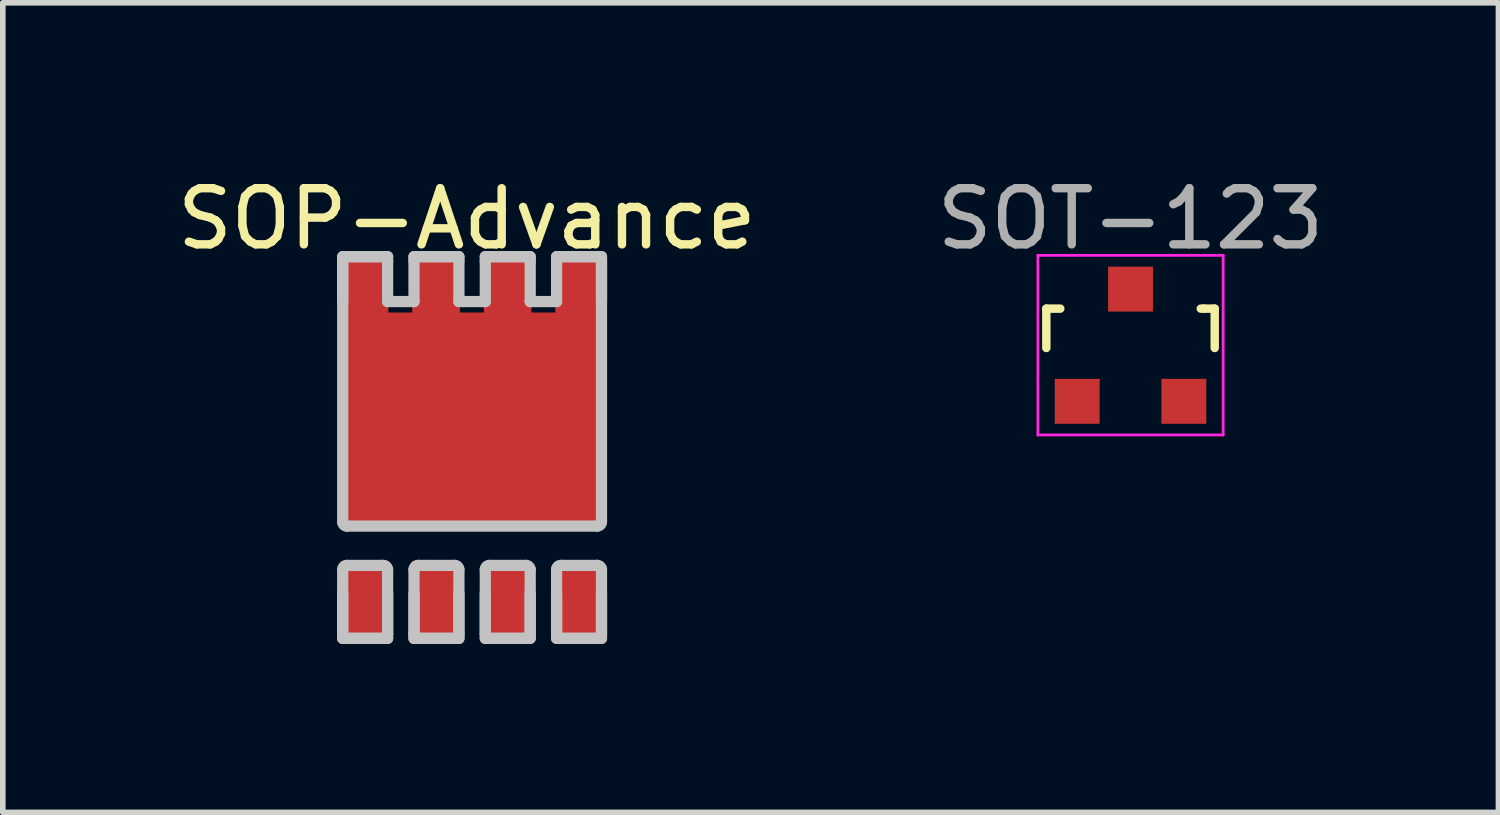
<source format=kicad_pcb>
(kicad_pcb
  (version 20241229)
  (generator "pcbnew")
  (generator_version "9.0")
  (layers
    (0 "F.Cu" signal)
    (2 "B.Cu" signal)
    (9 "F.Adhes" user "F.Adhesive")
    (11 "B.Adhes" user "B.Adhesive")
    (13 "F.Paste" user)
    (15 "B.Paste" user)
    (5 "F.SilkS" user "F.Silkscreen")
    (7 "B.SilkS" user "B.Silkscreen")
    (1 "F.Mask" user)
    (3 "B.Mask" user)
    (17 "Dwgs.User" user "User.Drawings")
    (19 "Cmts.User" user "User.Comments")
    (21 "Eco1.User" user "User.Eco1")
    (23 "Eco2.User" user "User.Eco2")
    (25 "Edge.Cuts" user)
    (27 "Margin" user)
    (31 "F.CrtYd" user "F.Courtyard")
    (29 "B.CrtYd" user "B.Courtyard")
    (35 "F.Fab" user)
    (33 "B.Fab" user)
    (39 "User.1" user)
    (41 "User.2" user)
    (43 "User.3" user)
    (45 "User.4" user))
  (footprint "SOT-123"
    (layer "F.Cu")
    (at 17.089 3.098)
    (property "Reference" "SOT-123" (at 0 -2.25 0) (layer "F.Fab") (effects (font (size 1 1) (thickness 0.15))))
    (attr smd)
    (fp_line (start -1.5 -0.65) (end -1.251 -0.65) (stroke (width 0.15) (type solid)) (layer "F.SilkS"))
    (fp_line (start -1.5 0.051) (end -1.5 -0.65) (stroke (width 0.15) (type solid)) (layer "F.SilkS"))
    (fp_line (start 1.299 -0.65) (end 1.251 -0.65) (stroke (width 0.15) (type solid)) (layer "F.SilkS"))
    (fp_line (start 1.299 -0.65) (end 1.5 -0.65) (stroke (width 0.15) (type solid)) (layer "F.SilkS"))
    (fp_line (start 1.5 -0.65) (end 1.5 0.051) (stroke (width 0.15) (type solid)) (layer "F.SilkS"))
    (fp_line (start -1.65 -1.6) (end 1.65 -1.6) (stroke (width 0.05) (type solid)) (layer "F.CrtYd"))
    (fp_line (start -1.65 1.6) (end -1.65 -1.6) (stroke (width 0.05) (type solid)) (layer "F.CrtYd"))
    (fp_line (start 1.65 -1.6) (end 1.65 1.6) (stroke (width 0.05) (type solid)) (layer "F.CrtYd"))
    (fp_line (start 1.65 1.6) (end -1.65 1.6) (stroke (width 0.05) (type solid)) (layer "F.CrtYd"))
    (pad "1" smd rect (at 0.95 1.001) (size 0.8 0.8) (layers "F.Cu" "F.Mask" "F.Paste"))
    (pad "2" smd rect (at -0.95 1.001) (size 0.8 0.8) (layers "F.Cu" "F.Mask" "F.Paste"))
    (pad "3" smd rect (at 0 -0.998) (size 0.8 0.8) (layers "F.Cu" "F.Mask" "F.Paste")))
  (footprint "SOP-Advance"
    (layer "F.Cu")
    (at 5.268 4.448)
    (property "Reference" "SOP-Advance" (at 0 -3.6 0) (layer "F.SilkS") (effects (font (size 1 1) (thickness 0.15))))
    (attr through_hole)
    (fp_line (start -2.213 -2.926) (end -1.413 -2.926) (stroke (width 0.2) (type solid)) (layer "Dwgs.User"))
    (fp_line (start -2.213 -2.126) (end -2.213 -2.926) (stroke (width 0.2) (type solid)) (layer "Dwgs.User"))
    (fp_line (start -2.213 1.799) (end -2.213 -2.851) (stroke (width 0.2) (type solid)) (layer "Dwgs.User"))
    (fp_line (start -2.213 3.799) (end -2.213 2.649) (stroke (width 0.2) (type solid)) (layer "Dwgs.User"))
    (fp_line (start -2.213 3.874) (end -2.213 3.074) (stroke (width 0.2) (type solid)) (layer "Dwgs.User"))
    (fp_line (start -2.138 -2.926) (end -1.488 -2.926) (stroke (width 0.2) (type solid)) (layer "Dwgs.User"))
    (fp_line (start -2.138 2.574) (end -1.488 2.574) (stroke (width 0.2) (type solid)) (layer "Dwgs.User"))
    (fp_line (start -1.488 3.874) (end -2.138 3.874) (stroke (width 0.2) (type solid)) (layer "Dwgs.User"))
    (fp_line (start -1.413 -2.926) (end -1.413 -2.126) (stroke (width 0.2) (type solid)) (layer "Dwgs.User"))
    (fp_line (start -1.413 -2.126) (end -0.943 -2.126) (stroke (width 0.2) (type solid)) (layer "Dwgs.User"))
    (fp_line (start -1.413 2.649) (end -1.413 3.799) (stroke (width 0.2) (type solid)) (layer "Dwgs.User"))
    (fp_line (start -1.413 3.074) (end -1.413 3.874) (stroke (width 0.2) (type solid)) (layer "Dwgs.User"))
    (fp_line (start -1.413 3.874) (end -2.213 3.874) (stroke (width 0.2) (type solid)) (layer "Dwgs.User"))
    (fp_line (start -0.943 -2.926) (end -0.143 -2.926) (stroke (width 0.2) (type solid)) (layer "Dwgs.User"))
    (fp_line (start -0.943 -2.126) (end -0.943 -2.926) (stroke (width 0.2) (type solid)) (layer "Dwgs.User"))
    (fp_line (start -0.943 3.799) (end -0.943 2.649) (stroke (width 0.2) (type solid)) (layer "Dwgs.User"))
    (fp_line (start -0.943 3.874) (end -0.943 3.074) (stroke (width 0.2) (type solid)) (layer "Dwgs.User"))
    (fp_line (start -0.868 -2.926) (end -0.218 -2.926) (stroke (width 0.2) (type solid)) (layer "Dwgs.User"))
    (fp_line (start -0.868 2.574) (end -0.218 2.574) (stroke (width 0.2) (type solid)) (layer "Dwgs.User"))
    (fp_line (start -0.218 3.874) (end -0.868 3.874) (stroke (width 0.2) (type solid)) (layer "Dwgs.User"))
    (fp_line (start -0.143 -2.926) (end -0.143 -2.126) (stroke (width 0.2) (type solid)) (layer "Dwgs.User"))
    (fp_line (start -0.143 -2.126) (end 0.327 -2.126) (stroke (width 0.2) (type solid)) (layer "Dwgs.User"))
    (fp_line (start -0.143 2.649) (end -0.143 3.799) (stroke (width 0.2) (type solid)) (layer "Dwgs.User"))
    (fp_line (start -0.143 3.074) (end -0.143 3.874) (stroke (width 0.2) (type solid)) (layer "Dwgs.User"))
    (fp_line (start -0.143 3.874) (end -0.943 3.874) (stroke (width 0.2) (type solid)) (layer "Dwgs.User"))
    (fp_line (start 0.327 -2.926) (end 1.127 -2.926) (stroke (width 0.2) (type solid)) (layer "Dwgs.User"))
    (fp_line (start 0.327 -2.126) (end 0.327 -2.926) (stroke (width 0.2) (type solid)) (layer "Dwgs.User"))
    (fp_line (start 0.327 3.799) (end 0.327 2.649) (stroke (width 0.2) (type solid)) (layer "Dwgs.User"))
    (fp_line (start 0.327 3.874) (end 0.327 3.074) (stroke (width 0.2) (type solid)) (layer "Dwgs.User"))
    (fp_line (start 0.402 -2.926) (end 1.052 -2.926) (stroke (width 0.2) (type solid)) (layer "Dwgs.User"))
    (fp_line (start 0.402 2.574) (end 1.052 2.574) (stroke (width 0.2) (type solid)) (layer "Dwgs.User"))
    (fp_line (start 1.052 3.874) (end 0.402 3.874) (stroke (width 0.2) (type solid)) (layer "Dwgs.User"))
    (fp_line (start 1.127 -2.926) (end 1.127 -2.126) (stroke (width 0.2) (type solid)) (layer "Dwgs.User"))
    (fp_line (start 1.127 -2.126) (end 1.597 -2.126) (stroke (width 0.2) (type solid)) (layer "Dwgs.User"))
    (fp_line (start 1.127 2.649) (end 1.127 3.799) (stroke (width 0.2) (type solid)) (layer "Dwgs.User"))
    (fp_line (start 1.127 3.074) (end 1.127 3.874) (stroke (width 0.2) (type solid)) (layer "Dwgs.User"))
    (fp_line (start 1.127 3.874) (end 0.327 3.874) (stroke (width 0.2) (type solid)) (layer "Dwgs.User"))
    (fp_line (start 1.597 -2.926) (end 2.397 -2.926) (stroke (width 0.2) (type solid)) (layer "Dwgs.User"))
    (fp_line (start 1.597 -2.126) (end 1.597 -2.926) (stroke (width 0.2) (type solid)) (layer "Dwgs.User"))
    (fp_line (start 1.597 3.799) (end 1.597 2.649) (stroke (width 0.2) (type solid)) (layer "Dwgs.User"))
    (fp_line (start 1.597 3.874) (end 1.597 3.074) (stroke (width 0.2) (type solid)) (layer "Dwgs.User"))
    (fp_line (start 1.672 -2.926) (end 2.322 -2.926) (stroke (width 0.2) (type solid)) (layer "Dwgs.User"))
    (fp_line (start 1.672 2.574) (end 2.322 2.574) (stroke (width 0.2) (type solid)) (layer "Dwgs.User"))
    (fp_line (start 2.322 1.874) (end -2.138 1.874) (stroke (width 0.2) (type solid)) (layer "Dwgs.User"))
    (fp_line (start 2.322 3.874) (end 1.672 3.874) (stroke (width 0.2) (type solid)) (layer "Dwgs.User"))
    (fp_line (start 2.397 -2.926) (end 2.397 -2.126) (stroke (width 0.2) (type solid)) (layer "Dwgs.User"))
    (fp_line (start 2.397 -2.851) (end 2.397 1.799) (stroke (width 0.2) (type solid)) (layer "Dwgs.User"))
    (fp_line (start 2.397 2.649) (end 2.397 3.799) (stroke (width 0.2) (type solid)) (layer "Dwgs.User"))
    (fp_line (start 2.397 3.074) (end 2.397 3.874) (stroke (width 0.2) (type solid)) (layer "Dwgs.User"))
    (fp_line (start 2.397 3.874) (end 1.597 3.874) (stroke (width 0.2) (type solid)) (layer "Dwgs.User"))
    (fp_arc (start -2.213411 2.64912) (mid -2.191444 2.596086) (end -2.13841 2.574119) (stroke (width 0.2) (type solid)) (layer "Dwgs.User"))
    (fp_arc (start -2.21341 -2.85088) (mid -2.191443 -2.903913) (end -2.13841 -2.92588) (stroke (width 0.2) (type solid)) (layer "Dwgs.User"))
    (fp_arc (start -2.13841 1.87412) (mid -2.191443 1.852153) (end -2.21341 1.79912) (stroke (width 0.2) (type solid)) (layer "Dwgs.User"))
    (fp_arc (start -2.13841 3.87412) (mid -2.191443 3.852153) (end -2.21341 3.79912) (stroke (width 0.2) (type solid)) (layer "Dwgs.User"))
    (fp_arc (start -1.48841 -2.92588) (mid -1.435377 -2.903913) (end -1.41341 -2.85088) (stroke (width 0.2) (type solid)) (layer "Dwgs.User"))
    (fp_arc (start -1.48841 2.57412) (mid -1.435377 2.596087) (end -1.41341 2.64912) (stroke (width 0.2) (type solid)) (layer "Dwgs.User"))
    (fp_arc (start -1.41341 3.79912) (mid -1.435377 3.852153) (end -1.48841 3.87412) (stroke (width 0.2) (type solid)) (layer "Dwgs.User"))
    (fp_arc (start -0.943411 2.64912) (mid -0.921444 2.596086) (end -0.86841 2.574119) (stroke (width 0.2) (type solid)) (layer "Dwgs.User"))
    (fp_arc (start -0.94341 -2.85088) (mid -0.921443 -2.903913) (end -0.86841 -2.92588) (stroke (width 0.2) (type solid)) (layer "Dwgs.User"))
    (fp_arc (start -0.86841 3.874119) (mid -0.921442 3.852152) (end -0.943409 3.79912) (stroke (width 0.2) (type solid)) (layer "Dwgs.User"))
    (fp_arc (start -0.21841 -2.92588) (mid -0.165377 -2.903913) (end -0.14341 -2.85088) (stroke (width 0.2) (type solid)) (layer "Dwgs.User"))
    (fp_arc (start -0.21841 2.57412) (mid -0.165377 2.596087) (end -0.14341 2.64912) (stroke (width 0.2) (type solid)) (layer "Dwgs.User"))
    (fp_arc (start -0.14341 3.79912) (mid -0.165377 3.852153) (end -0.21841 3.87412) (stroke (width 0.2) (type solid)) (layer "Dwgs.User"))
    (fp_arc (start 0.326589 2.64912) (mid 0.348556 2.596086) (end 0.40159 2.574119) (stroke (width 0.2) (type solid)) (layer "Dwgs.User"))
    (fp_arc (start 0.32659 -2.85088) (mid 0.348557 -2.903913) (end 0.40159 -2.92588) (stroke (width 0.2) (type solid)) (layer "Dwgs.User"))
    (fp_arc (start 0.40159 3.87412) (mid 0.348557 3.852153) (end 0.32659 3.79912) (stroke (width 0.2) (type solid)) (layer "Dwgs.User"))
    (fp_arc (start 1.05159 -2.925879) (mid 1.104622 -2.903912) (end 1.126589 -2.85088) (stroke (width 0.2) (type solid)) (layer "Dwgs.User"))
    (fp_arc (start 1.05159 2.574121) (mid 1.104622 2.596088) (end 1.126589 2.64912) (stroke (width 0.2) (type solid)) (layer "Dwgs.User"))
    (fp_arc (start 1.12659 3.79912) (mid 1.104623 3.852153) (end 1.05159 3.87412) (stroke (width 0.2) (type solid)) (layer "Dwgs.User"))
    (fp_arc (start 1.596589 2.64912) (mid 1.618556 2.596086) (end 1.67159 2.574119) (stroke (width 0.2) (type solid)) (layer "Dwgs.User"))
    (fp_arc (start 1.59659 -2.85088) (mid 1.618557 -2.903913) (end 1.67159 -2.92588) (stroke (width 0.2) (type solid)) (layer "Dwgs.User"))
    (fp_arc (start 1.67159 3.87412) (mid 1.618557 3.852153) (end 1.59659 3.79912) (stroke (width 0.2) (type solid)) (layer "Dwgs.User"))
    (fp_arc (start 2.32159 -2.92588) (mid 2.374623 -2.903913) (end 2.39659 -2.85088) (stroke (width 0.2) (type solid)) (layer "Dwgs.User"))
    (fp_arc (start 2.32159 2.57412) (mid 2.374623 2.596087) (end 2.39659 2.64912) (stroke (width 0.2) (type solid)) (layer "Dwgs.User"))
    (fp_arc (start 2.39659 1.79912) (mid 2.374623 1.852153) (end 2.32159 1.87412) (stroke (width 0.2) (type solid)) (layer "Dwgs.User"))
    (fp_arc (start 2.39659 3.79912) (mid 2.374623 3.852153) (end 2.32159 3.87412) (stroke (width 0.2) (type solid)) (layer "Dwgs.User"))
    (pad "1" smd rect (at -1.825 3.225) (size 0.85 1.45) (layers "F.Cu" "F.Mask" "F.Paste"))
    (pad "2" smd rect (at -0.55 3.225) (size 0.85 1.45) (layers "F.Cu" "F.Mask" "F.Paste"))
    (pad "3" smd rect (at 0.725 3.225) (size 0.85 1.45) (layers "F.Cu" "F.Mask" "F.Paste"))
    (pad "4" smd rect (at 2 3.225) (size 0.85 1.45) (layers "F.Cu" "F.Mask" "F.Paste"))
    (pad "5" smd rect (at 0.1 -0.025) (size 4.7 3.8) (layers "F.Cu" "F.Mask" "F.Paste"))
    (pad "5" smd rect (at 2 -2.275) (size 0.85 1.45) (layers "F.Cu" "F.Mask" "F.Paste"))
    (pad "6" smd rect (at 0.1 -0.025) (size 4.7 3.8) (layers "F.Cu" "F.Mask" "F.Paste"))
    (pad "6" smd rect (at 0.725 -2.275) (size 0.85 1.45) (layers "F.Cu" "F.Mask" "F.Paste"))
    (pad "7" smd rect (at -0.55 -2.275) (size 0.85 1.45) (layers "F.Cu" "F.Mask" "F.Paste"))
    (pad "7" smd rect (at 0.1 -0.025) (size 4.7 3.8) (layers "F.Cu" "F.Mask" "F.Paste"))
    (pad "8" smd rect (at -1.825 -2.25) (size 0.85 1.45) (layers "F.Cu" "F.Mask" "F.Paste"))
    (pad "8" smd rect (at 0.1 -0.025) (size 4.7 3.8) (layers "F.Cu" "F.Mask" "F.Paste")))
  (gr_rect
    (start -3 -3)
    (end 23.643 11.422)
    (stroke (width 0.1) (type default))
    (fill no)
    (layer "Edge.Cuts")))
</source>
